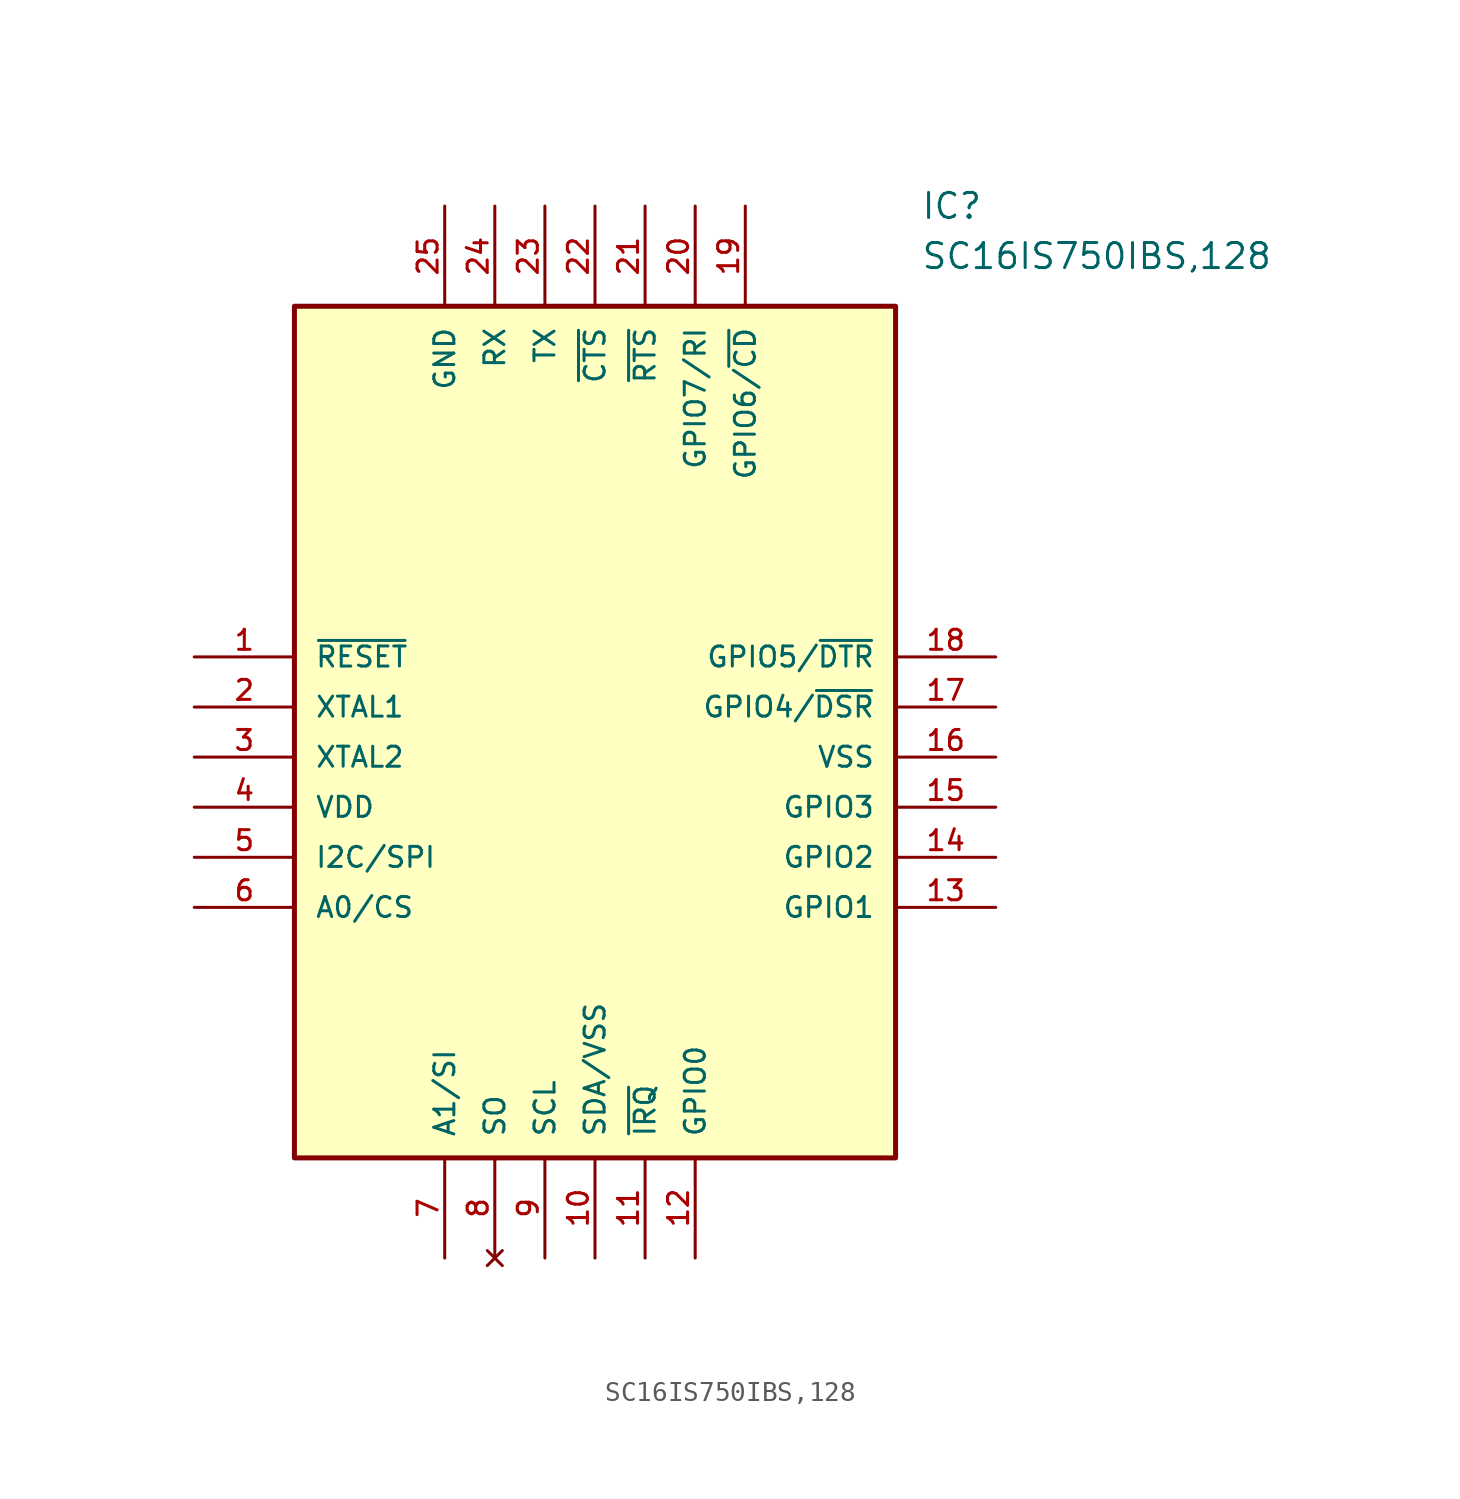
<source format=kicad_sym>
(kicad_symbol_lib
  (version 20211014)
  (generator kicad_symbol_editor)
  (symbol "SC16IS750IBS,128"
    (pin_names
      (offset 1.016))
    (property "Reference" "IC"
      (at 36.83 22.86 0)
      (effects (font (size 1.27 1.27)) (justify left)))
    (property "Value" "SC16IS750IBS,128"
      (at 36.83 20.32 0)
      (effects (font (size 1.27 1.27)) (justify left)))
    (symbol "SC16IS750IBS,128_0_0"
      (rectangle (start 5.08 -25.4) (end 35.56 17.78) (stroke (width 0.254)) (fill (type background)))
      (pin bidirectional line (at 0.0 0.0 0) (length 5.08) (name "~{RESET}" (effects (font (size 1.016 1.016)))) (number "1" (effects (font (size 1.016 1.016)))))
      (pin bidirectional line (at 0.0 -2.54 0) (length 5.08) (name "XTAL1" (effects (font (size 1.016 1.016)))) (number "2" (effects (font (size 1.016 1.016)))))
      (pin bidirectional line (at 0.0 -5.08 0) (length 5.08) (name "XTAL2" (effects (font (size 1.016 1.016)))) (number "3" (effects (font (size 1.016 1.016)))))
      (pin bidirectional line (at 0.0 -7.62 0) (length 5.08) (name "VDD" (effects (font (size 1.016 1.016)))) (number "4" (effects (font (size 1.016 1.016)))))
      (pin bidirectional line (at 0.0 -10.16 0) (length 5.08) (name "I2C/SPI" (effects (font (size 1.016 1.016)))) (number "5" (effects (font (size 1.016 1.016)))))
      (pin bidirectional line (at 0.0 -12.7 0) (length 5.08) (name "A0/CS" (effects (font (size 1.016 1.016)))) (number "6" (effects (font (size 1.016 1.016)))))
      (pin bidirectional line (at 12.7 -30.48 90.0) (length 5.08) (name "A1/SI" (effects (font (size 1.016 1.016)))) (number "7" (effects (font (size 1.016 1.016)))))
      (pin no_connect line (at 15.24 -30.48 90.0) (length 5.08) (name "SO" (effects (font (size 1.016 1.016)))) (number "8" (effects (font (size 1.016 1.016)))))
      (pin bidirectional line (at 17.78 -30.48 90.0) (length 5.08) (name "SCL" (effects (font (size 1.016 1.016)))) (number "9" (effects (font (size 1.016 1.016)))))
      (pin bidirectional line (at 20.32 -30.48 90.0) (length 5.08) (name "SDA/VSS" (effects (font (size 1.016 1.016)))) (number "10" (effects (font (size 1.016 1.016)))))
      (pin bidirectional line (at 22.86 -30.48 90.0) (length 5.08) (name "~{IRQ}" (effects (font (size 1.016 1.016)))) (number "11" (effects (font (size 1.016 1.016)))))
      (pin bidirectional line (at 25.4 -30.48 90.0) (length 5.08) (name "GPIO0" (effects (font (size 1.016 1.016)))) (number "12" (effects (font (size 1.016 1.016)))))
      (pin bidirectional line (at 40.64 0.0 180.0) (length 5.08) (name "GPIO5/~{DTR}" (effects (font (size 1.016 1.016)))) (number "18" (effects (font (size 1.016 1.016)))))
      (pin bidirectional line (at 40.64 -2.54 180.0) (length 5.08) (name "GPIO4/~{DSR}" (effects (font (size 1.016 1.016)))) (number "17" (effects (font (size 1.016 1.016)))))
      (pin bidirectional line (at 40.64 -5.08 180.0) (length 5.08) (name "VSS" (effects (font (size 1.016 1.016)))) (number "16" (effects (font (size 1.016 1.016)))))
      (pin bidirectional line (at 40.64 -7.62 180.0) (length 5.08) (name "GPIO3" (effects (font (size 1.016 1.016)))) (number "15" (effects (font (size 1.016 1.016)))))
      (pin bidirectional line (at 40.64 -10.16 180.0) (length 5.08) (name "GPIO2" (effects (font (size 1.016 1.016)))) (number "14" (effects (font (size 1.016 1.016)))))
      (pin bidirectional line (at 40.64 -12.7 180.0) (length 5.08) (name "GPIO1" (effects (font (size 1.016 1.016)))) (number "13" (effects (font (size 1.016 1.016)))))
      (pin bidirectional line (at 12.7 22.86 270.0) (length 5.08) (name "GND" (effects (font (size 1.016 1.016)))) (number "25" (effects (font (size 1.016 1.016)))))
      (pin bidirectional line (at 15.24 22.86 270.0) (length 5.08) (name "RX" (effects (font (size 1.016 1.016)))) (number "24" (effects (font (size 1.016 1.016)))))
      (pin bidirectional line (at 17.78 22.86 270.0) (length 5.08) (name "TX" (effects (font (size 1.016 1.016)))) (number "23" (effects (font (size 1.016 1.016)))))
      (pin bidirectional line (at 20.32 22.86 270.0) (length 5.08) (name "~{CTS}" (effects (font (size 1.016 1.016)))) (number "22" (effects (font (size 1.016 1.016)))))
      (pin bidirectional line (at 22.86 22.86 270.0) (length 5.08) (name "~{RTS}" (effects (font (size 1.016 1.016)))) (number "21" (effects (font (size 1.016 1.016)))))
      (pin bidirectional line (at 25.4 22.86 270.0) (length 5.08) (name "GPIO7/RI" (effects (font (size 1.016 1.016)))) (number "20" (effects (font (size 1.016 1.016)))))
      (pin bidirectional line (at 27.94 22.86 270.0) (length 5.08) (name "GPIO6/~{CD}" (effects (font (size 1.016 1.016)))) (number "19" (effects (font (size 1.016 1.016))))))))
</source>
